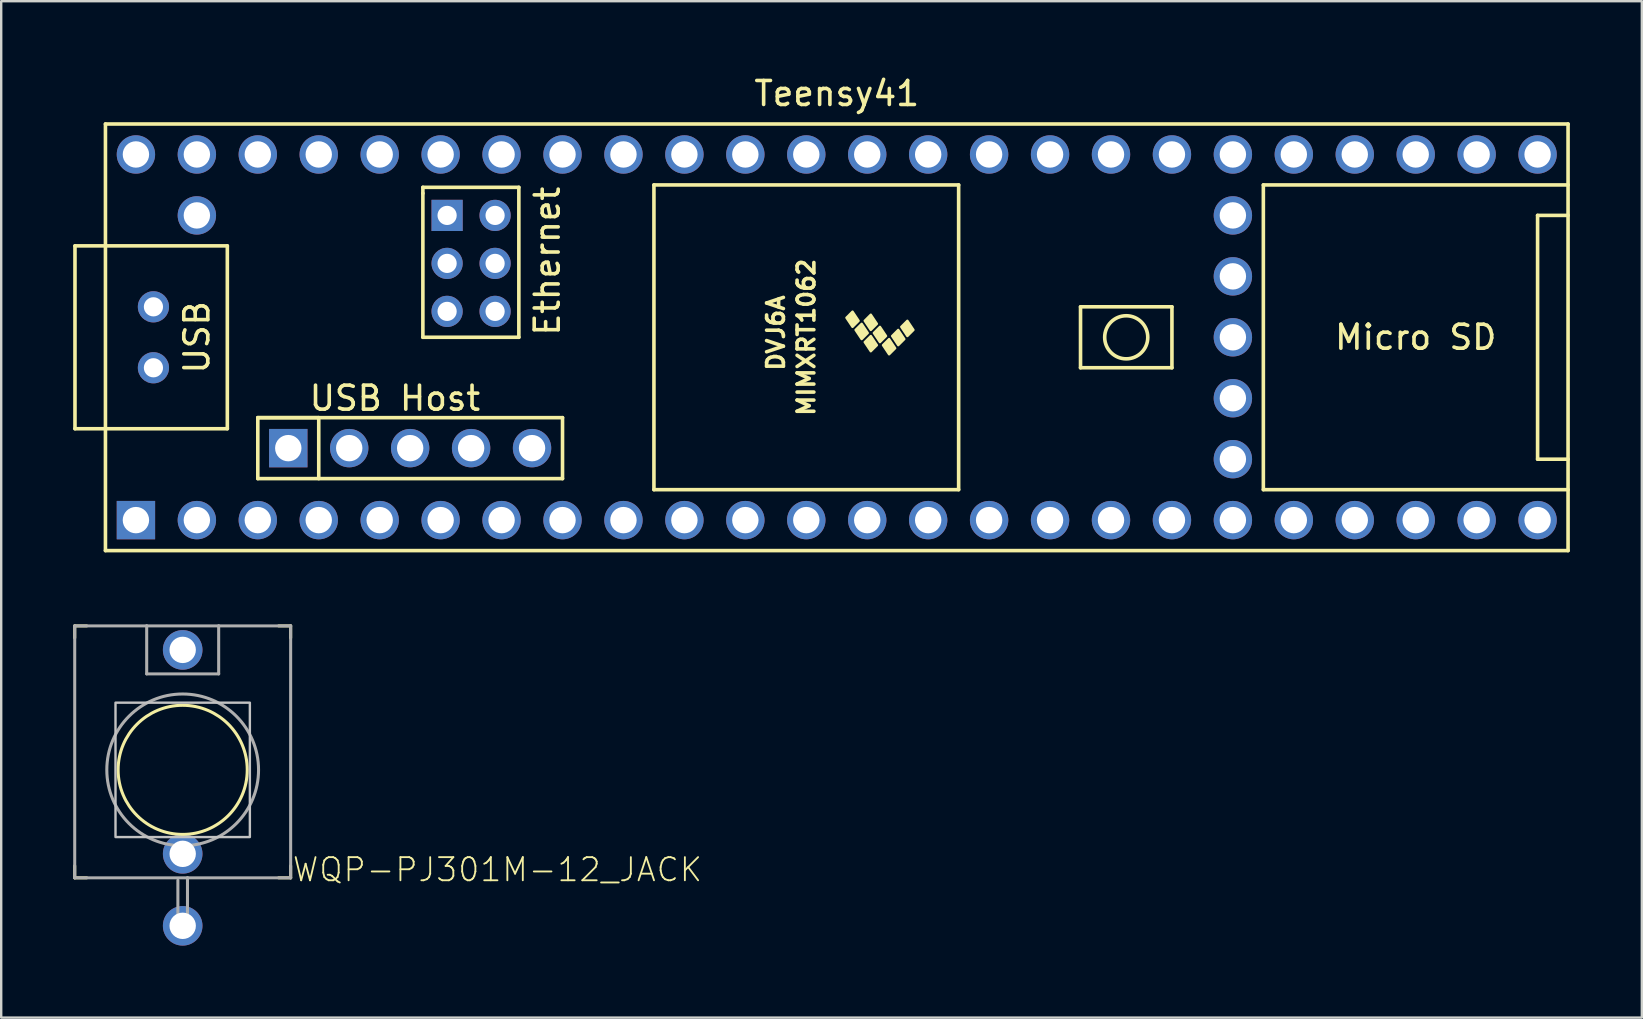
<source format=kicad_pcb>
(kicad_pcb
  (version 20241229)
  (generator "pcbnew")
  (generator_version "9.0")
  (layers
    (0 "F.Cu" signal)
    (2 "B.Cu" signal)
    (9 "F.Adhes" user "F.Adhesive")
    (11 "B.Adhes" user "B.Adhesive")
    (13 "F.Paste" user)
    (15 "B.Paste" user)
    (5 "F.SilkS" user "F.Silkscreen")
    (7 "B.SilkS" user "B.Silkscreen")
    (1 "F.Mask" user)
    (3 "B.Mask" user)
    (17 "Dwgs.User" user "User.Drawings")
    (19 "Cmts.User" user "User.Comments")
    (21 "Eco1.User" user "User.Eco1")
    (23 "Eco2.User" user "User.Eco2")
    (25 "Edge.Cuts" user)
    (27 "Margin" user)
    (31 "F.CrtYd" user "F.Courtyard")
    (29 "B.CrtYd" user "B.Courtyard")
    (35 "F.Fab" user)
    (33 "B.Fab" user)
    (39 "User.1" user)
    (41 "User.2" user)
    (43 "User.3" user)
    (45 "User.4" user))
  (footprint "Teensy41"
    (layer "F.Cu")
    (at 31.825 11.008)
    (property "Reference" "Teensy41" (at 0 -10.16 0) (layer "F.SilkS") (effects (font (size 1 1) (thickness 0.15))))
    (attr through_hole)
    (fp_line (start -31.75 -3.81) (end -30.48 -3.81) (stroke (width 0.15) (type solid)) (layer "F.SilkS"))
    (fp_line (start -31.75 3.81) (end -31.75 -3.81) (stroke (width 0.15) (type solid)) (layer "F.SilkS"))
    (fp_line (start -30.48 -8.89) (end 30.48 -8.89) (stroke (width 0.15) (type solid)) (layer "F.SilkS"))
    (fp_line (start -30.48 3.81) (end -31.75 3.81) (stroke (width 0.15) (type solid)) (layer "F.SilkS"))
    (fp_line (start -30.48 8.89) (end -30.48 -8.89) (stroke (width 0.15) (type solid)) (layer "F.SilkS"))
    (fp_line (start -25.4 -3.81) (end -30.48 -3.81) (stroke (width 0.15) (type solid)) (layer "F.SilkS"))
    (fp_line (start -25.4 3.81) (end -30.48 3.81) (stroke (width 0.15) (type solid)) (layer "F.SilkS"))
    (fp_line (start -25.4 3.81) (end -25.4 -3.81) (stroke (width 0.15) (type solid)) (layer "F.SilkS"))
    (fp_line (start -24.13 3.35) (end -21.59 3.35) (stroke (width 0.15) (type solid)) (layer "F.SilkS"))
    (fp_line (start -24.13 3.35) (end -11.43 3.35) (stroke (width 0.15) (type solid)) (layer "F.SilkS"))
    (fp_line (start -24.13 5.89) (end -24.13 3.35) (stroke (width 0.15) (type solid)) (layer "F.SilkS"))
    (fp_line (start -21.59 3.35) (end -21.59 5.89) (stroke (width 0.15) (type solid)) (layer "F.SilkS"))
    (fp_line (start -17.25 -6.25) (end -17.25 -6) (stroke (width 0.15) (type solid)) (layer "F.SilkS"))
    (fp_line (start -17.25 -6) (end -17.25 0) (stroke (width 0.15) (type solid)) (layer "F.SilkS"))
    (fp_line (start -17.25 0) (end -13.25 0) (stroke (width 0.15) (type solid)) (layer "F.SilkS"))
    (fp_line (start -13.25 -6.25) (end -17.25 -6.25) (stroke (width 0.15) (type solid)) (layer "F.SilkS"))
    (fp_line (start -13.25 0) (end -13.25 -6.25) (stroke (width 0.15) (type solid)) (layer "F.SilkS"))
    (fp_line (start -11.43 3.35) (end -11.43 5.89) (stroke (width 0.15) (type solid)) (layer "F.SilkS"))
    (fp_line (start -11.43 5.89) (end -24.13 5.89) (stroke (width 0.15) (type solid)) (layer "F.SilkS"))
    (fp_line (start -7.62 -6.35) (end -7.62 6.35) (stroke (width 0.15) (type solid)) (layer "F.SilkS"))
    (fp_line (start -7.62 6.35) (end 5.08 6.35) (stroke (width 0.15) (type solid)) (layer "F.SilkS"))
    (fp_line (start 5.08 -6.35) (end -7.62 -6.35) (stroke (width 0.15) (type solid)) (layer "F.SilkS"))
    (fp_line (start 5.08 6.35) (end 5.08 -6.35) (stroke (width 0.15) (type solid)) (layer "F.SilkS"))
    (fp_line (start 10.16 -1.27) (end 13.97 -1.27) (stroke (width 0.15) (type solid)) (layer "F.SilkS"))
    (fp_line (start 10.16 1.27) (end 10.16 -1.27) (stroke (width 0.15) (type solid)) (layer "F.SilkS"))
    (fp_line (start 13.97 -1.27) (end 13.97 1.27) (stroke (width 0.15) (type solid)) (layer "F.SilkS"))
    (fp_line (start 13.97 1.27) (end 10.16 1.27) (stroke (width 0.15) (type solid)) (layer "F.SilkS"))
    (fp_line (start 17.78 -6.35) (end 17.78 6.35) (stroke (width 0.15) (type solid)) (layer "F.SilkS"))
    (fp_line (start 17.78 6.35) (end 30.48 6.35) (stroke (width 0.15) (type solid)) (layer "F.SilkS"))
    (fp_line (start 29.21 -5.08) (end 29.21 5.08) (stroke (width 0.15) (type solid)) (layer "F.SilkS"))
    (fp_line (start 29.21 5.08) (end 30.48 5.08) (stroke (width 0.15) (type solid)) (layer "F.SilkS"))
    (fp_line (start 30.48 -8.89) (end 30.48 8.89) (stroke (width 0.15) (type solid)) (layer "F.SilkS"))
    (fp_line (start 30.48 -6.35) (end 17.78 -6.35) (stroke (width 0.15) (type solid)) (layer "F.SilkS"))
    (fp_line (start 30.48 -5.08) (end 29.21 -5.08) (stroke (width 0.15) (type solid)) (layer "F.SilkS"))
    (fp_line (start 30.48 8.89) (end -30.48 8.89) (stroke (width 0.15) (type solid)) (layer "F.SilkS"))
    (fp_circle (center 12.065 0) (end 12.7 -0.635) (stroke (width 0.15) (type solid)) (fill no) (layer "F.SilkS"))
    (fp_poly (pts (xy 0.911 -0.688) (xy 0.657 -0.434) (xy 0.403 -0.815) (xy 0.657 -1.069)) (stroke (width 0.1) (type solid)) (fill yes) (layer "F.SilkS"))
    (fp_poly (pts (xy 1.292 -0.18) (xy 1.038 0.074) (xy 0.784 -0.307) (xy 1.038 -0.561)) (stroke (width 0.1) (type solid)) (fill yes) (layer "F.SilkS"))
    (fp_poly (pts (xy 1.673 -0.561) (xy 1.419 -0.307) (xy 1.165 -0.688) (xy 1.419 -0.942)) (stroke (width 0.1) (type solid)) (fill yes) (layer "F.SilkS"))
    (fp_poly (pts (xy 1.673 0.328) (xy 1.419 0.582) (xy 1.165 0.201) (xy 1.419 -0.053)) (stroke (width 0.1) (type solid)) (fill yes) (layer "F.SilkS"))
    (fp_poly (pts (xy 2.054 -0.053) (xy 1.8 0.201) (xy 1.546 -0.18) (xy 1.8 -0.434)) (stroke (width 0.1) (type solid)) (fill yes) (layer "F.SilkS"))
    (fp_poly (pts (xy 2.435 0.455) (xy 2.181 0.709) (xy 1.927 0.328) (xy 2.181 0.074)) (stroke (width 0.1) (type solid)) (fill yes) (layer "F.SilkS"))
    (fp_poly (pts (xy 2.816 0.074) (xy 2.562 0.328) (xy 2.308 -0.053) (xy 2.562 -0.307)) (stroke (width 0.1) (type solid)) (fill yes) (layer "F.SilkS"))
    (fp_poly (pts (xy 3.197 -0.307) (xy 2.943 -0.053) (xy 2.689 -0.434) (xy 2.943 -0.688)) (stroke (width 0.1) (type solid)) (fill yes) (layer "F.SilkS"))
    (fp_text user "Ethernet" (at -12.065 -3.175 90) (layer "F.SilkS") (effects (font (size 1 1) (thickness 0.15))))
    (fp_text user "USB" (at -26.67 0 270) (layer "F.SilkS") (effects (font (size 1 1) (thickness 0.15))))
    (fp_text user "USB Host" (at -18.415 2.54 0) (layer "F.SilkS") (effects (font (size 1 1) (thickness 0.15))))
    (fp_text user "DVJ6A" (at -2.54 -0.18 270) (layer "F.SilkS") (effects (font (size 0.7 0.7) (thickness 0.15))))
    (fp_text user "Micro SD" (at 24.13 0 0) (layer "F.SilkS") (effects (font (size 1 1) (thickness 0.15))))
    (fp_text user "MIMXRT1062" (at -1.27 0 270) (layer "F.SilkS") (effects (font (size 0.7 0.7) (thickness 0.15))))
    (pad "1" thru_hole rect (at -29.21 7.62) (size 1.6 1.6) (drill 1.1) (layers "*.Cu" "*.Mask"))
    (pad "2" thru_hole circle (at -26.67 7.62) (size 1.6 1.6) (drill 1.1) (layers "*.Cu" "*.Mask"))
    (pad "3" thru_hole circle (at -24.13 7.62) (size 1.6 1.6) (drill 1.1) (layers "*.Cu" "*.Mask"))
    (pad "4" thru_hole circle (at -21.59 7.62) (size 1.6 1.6) (drill 1.1) (layers "*.Cu" "*.Mask"))
    (pad "5" thru_hole circle (at -19.05 7.62) (size 1.6 1.6) (drill 1.1) (layers "*.Cu" "*.Mask"))
    (pad "6" thru_hole circle (at -16.51 7.62) (size 1.6 1.6) (drill 1.1) (layers "*.Cu" "*.Mask"))
    (pad "7" thru_hole circle (at -13.97 7.62) (size 1.6 1.6) (drill 1.1) (layers "*.Cu" "*.Mask"))
    (pad "8" thru_hole circle (at -11.43 7.62) (size 1.6 1.6) (drill 1.1) (layers "*.Cu" "*.Mask"))
    (pad "9" thru_hole circle (at -8.89 7.62) (size 1.6 1.6) (drill 1.1) (layers "*.Cu" "*.Mask"))
    (pad "10" thru_hole circle (at -6.35 7.62) (size 1.6 1.6) (drill 1.1) (layers "*.Cu" "*.Mask"))
    (pad "11" thru_hole circle (at -3.81 7.62) (size 1.6 1.6) (drill 1.1) (layers "*.Cu" "*.Mask"))
    (pad "12" thru_hole circle (at -1.27 7.62) (size 1.6 1.6) (drill 1.1) (layers "*.Cu" "*.Mask"))
    (pad "13" thru_hole circle (at 1.27 7.62) (size 1.6 1.6) (drill 1.1) (layers "*.Cu" "*.Mask"))
    (pad "14" thru_hole circle (at 3.81 7.62) (size 1.6 1.6) (drill 1.1) (layers "*.Cu" "*.Mask"))
    (pad "15" thru_hole circle (at 6.35 7.62) (size 1.6 1.6) (drill 1.1) (layers "*.Cu" "*.Mask"))
    (pad "16" thru_hole circle (at 8.89 7.62) (size 1.6 1.6) (drill 1.1) (layers "*.Cu" "*.Mask"))
    (pad "17" thru_hole circle (at 11.43 7.62) (size 1.6 1.6) (drill 1.1) (layers "*.Cu" "*.Mask"))
    (pad "18" thru_hole circle (at 13.97 7.62) (size 1.6 1.6) (drill 1.1) (layers "*.Cu" "*.Mask"))
    (pad "19" thru_hole circle (at 16.51 7.62) (size 1.6 1.6) (drill 1.1) (layers "*.Cu" "*.Mask"))
    (pad "20" thru_hole circle (at 19.05 7.62) (size 1.6 1.6) (drill 1.1) (layers "*.Cu" "*.Mask"))
    (pad "21" thru_hole circle (at 21.59 7.62) (size 1.6 1.6) (drill 1.1) (layers "*.Cu" "*.Mask"))
    (pad "22" thru_hole circle (at 24.13 7.62) (size 1.6 1.6) (drill 1.1) (layers "*.Cu" "*.Mask"))
    (pad "23" thru_hole circle (at 26.67 7.62) (size 1.6 1.6) (drill 1.1) (layers "*.Cu" "*.Mask"))
    (pad "24" thru_hole circle (at 29.21 7.62) (size 1.6 1.6) (drill 1.1) (layers "*.Cu" "*.Mask"))
    (pad "25" thru_hole circle (at 29.21 -7.62) (size 1.6 1.6) (drill 1.1) (layers "*.Cu" "*.Mask"))
    (pad "26" thru_hole circle (at 26.67 -7.62) (size 1.6 1.6) (drill 1.1) (layers "*.Cu" "*.Mask"))
    (pad "27" thru_hole circle (at 24.13 -7.62) (size 1.6 1.6) (drill 1.1) (layers "*.Cu" "*.Mask"))
    (pad "28" thru_hole circle (at 21.59 -7.62) (size 1.6 1.6) (drill 1.1) (layers "*.Cu" "*.Mask"))
    (pad "29" thru_hole circle (at 19.05 -7.62) (size 1.6 1.6) (drill 1.1) (layers "*.Cu" "*.Mask"))
    (pad "30" thru_hole circle (at 16.51 -7.62) (size 1.6 1.6) (drill 1.1) (layers "*.Cu" "*.Mask"))
    (pad "31" thru_hole circle (at 13.97 -7.62) (size 1.6 1.6) (drill 1.1) (layers "*.Cu" "*.Mask"))
    (pad "32" thru_hole circle (at 11.43 -7.62) (size 1.6 1.6) (drill 1.1) (layers "*.Cu" "*.Mask"))
    (pad "33" thru_hole circle (at 8.89 -7.62) (size 1.6 1.6) (drill 1.1) (layers "*.Cu" "*.Mask"))
    (pad "34" thru_hole circle (at 6.35 -7.62) (size 1.6 1.6) (drill 1.1) (layers "*.Cu" "*.Mask"))
    (pad "35" thru_hole circle (at 3.81 -7.62) (size 1.6 1.6) (drill 1.1) (layers "*.Cu" "*.Mask"))
    (pad "36" thru_hole circle (at 1.27 -7.62) (size 1.6 1.6) (drill 1.1) (layers "*.Cu" "*.Mask"))
    (pad "37" thru_hole circle (at -1.27 -7.62) (size 1.6 1.6) (drill 1.1) (layers "*.Cu" "*.Mask"))
    (pad "38" thru_hole circle (at -3.81 -7.62) (size 1.6 1.6) (drill 1.1) (layers "*.Cu" "*.Mask"))
    (pad "39" thru_hole circle (at -6.35 -7.62) (size 1.6 1.6) (drill 1.1) (layers "*.Cu" "*.Mask"))
    (pad "40" thru_hole circle (at -8.89 -7.62) (size 1.6 1.6) (drill 1.1) (layers "*.Cu" "*.Mask"))
    (pad "41" thru_hole circle (at -11.43 -7.62) (size 1.6 1.6) (drill 1.1) (layers "*.Cu" "*.Mask"))
    (pad "42" thru_hole circle (at -13.97 -7.62) (size 1.6 1.6) (drill 1.1) (layers "*.Cu" "*.Mask"))
    (pad "43" thru_hole circle (at -16.51 -7.62) (size 1.6 1.6) (drill 1.1) (layers "*.Cu" "*.Mask"))
    (pad "44" thru_hole circle (at -19.05 -7.62) (size 1.6 1.6) (drill 1.1) (layers "*.Cu" "*.Mask"))
    (pad "45" thru_hole circle (at -21.59 -7.62) (size 1.6 1.6) (drill 1.1) (layers "*.Cu" "*.Mask"))
    (pad "46" thru_hole circle (at -24.13 -7.62) (size 1.6 1.6) (drill 1.1) (layers "*.Cu" "*.Mask"))
    (pad "47" thru_hole circle (at -26.67 -7.62) (size 1.6 1.6) (drill 1.1) (layers "*.Cu" "*.Mask"))
    (pad "48" thru_hole circle (at -29.21 -7.62) (size 1.6 1.6) (drill 1.1) (layers "*.Cu" "*.Mask"))
    (pad "49" thru_hole circle (at -26.67 -5.08) (size 1.6 1.6) (drill 1.1) (layers "*.Cu" "*.Mask"))
    (pad "50" thru_hole circle (at 16.51 5.08) (size 1.6 1.6) (drill 1.1) (layers "*.Cu" "*.Mask"))
    (pad "51" thru_hole circle (at 16.51 2.54) (size 1.6 1.6) (drill 1.1) (layers "*.Cu" "*.Mask"))
    (pad "52" thru_hole circle (at 16.51 0) (size 1.6 1.6) (drill 1.1) (layers "*.Cu" "*.Mask"))
    (pad "53" thru_hole circle (at 16.51 -2.54) (size 1.6 1.6) (drill 1.1) (layers "*.Cu" "*.Mask"))
    (pad "54" thru_hole circle (at 16.51 -5.08) (size 1.6 1.6) (drill 1.1) (layers "*.Cu" "*.Mask"))
    (pad "55" thru_hole rect (at -22.86 4.62) (size 1.6 1.6) (drill 1.1) (layers "*.Cu" "*.Mask"))
    (pad "56" thru_hole circle (at -20.32 4.62) (size 1.6 1.6) (drill 1.1) (layers "*.Cu" "*.Mask"))
    (pad "57" thru_hole circle (at -17.78 4.62) (size 1.6 1.6) (drill 1.1) (layers "*.Cu" "*.Mask"))
    (pad "58" thru_hole circle (at -15.24 4.62) (size 1.6 1.6) (drill 1.1) (layers "*.Cu" "*.Mask"))
    (pad "59" thru_hole circle (at -12.7 4.62) (size 1.6 1.6) (drill 1.1) (layers "*.Cu" "*.Mask"))
    (pad "60" thru_hole rect (at -16.24 -5.08) (size 1.3 1.3) (drill 0.8) (layers "*.Cu" "*.Mask"))
    (pad "61" thru_hole circle (at -16.24 -3.08) (size 1.3 1.3) (drill 0.8) (layers "*.Cu" "*.Mask"))
    (pad "62" thru_hole circle (at -16.24 -1.08) (size 1.3 1.3) (drill 0.8) (layers "*.Cu" "*.Mask"))
    (pad "63" thru_hole circle (at -14.24 -1.08) (size 1.3 1.3) (drill 0.8) (layers "*.Cu" "*.Mask"))
    (pad "64" thru_hole circle (at -14.24 -3.08) (size 1.3 1.3) (drill 0.8) (layers "*.Cu" "*.Mask"))
    (pad "65" thru_hole circle (at -14.24 -5.08) (size 1.3 1.3) (drill 0.8) (layers "*.Cu" "*.Mask"))
    (pad "66" thru_hole circle (at -28.48 1.27) (size 1.3 1.3) (drill 0.8) (layers "*.Cu" "*.Mask"))
    (pad "67" thru_hole circle (at -28.48 -1.27) (size 1.3 1.3) (drill 0.8) (layers "*.Cu" "*.Mask")))
  (footprint "WQP-PJ301M-12_JACK"
    (layer "F.Cu")
    (at 4.564 29.037)
    (property "Reference" "WQP-PJ301M-12_JACK" (at 4.521 4.724 180) (layer "F.SilkS") (effects (font (size 0.965 0.965) (thickness 0.077)) (justify left bottom)))
    (attr through_hole)
    (fp_line (start -4.5 -6) (end -4 -6) (stroke (width 0.127) (type solid)) (layer "F.SilkS"))
    (fp_line (start -4.5 -5.5) (end -4.5 -6) (stroke (width 0.127) (type solid)) (layer "F.SilkS"))
    (fp_line (start -4.5 4) (end -4.5 4.5) (stroke (width 0.127) (type solid)) (layer "F.SilkS"))
    (fp_line (start -4.5 4.5) (end -4 4.5) (stroke (width 0.127) (type solid)) (layer "F.SilkS"))
    (fp_line (start 4 -6) (end 4.5 -6) (stroke (width 0.127) (type solid)) (layer "F.SilkS"))
    (fp_line (start 4.5 -6) (end 4.5 -5.5) (stroke (width 0.127) (type solid)) (layer "F.SilkS"))
    (fp_line (start 4.5 4) (end 4.5 4.5) (stroke (width 0.127) (type solid)) (layer "F.SilkS"))
    (fp_line (start 4.5 4.5) (end 4 4.5) (stroke (width 0.127) (type solid)) (layer "F.SilkS"))
    (fp_circle (center 0 0) (end 2.691 0) (stroke (width 0.127) (type solid)) (fill no) (layer "F.SilkS"))
    (fp_poly (pts (xy -2.8 2.8) (xy 2.8 2.8) (xy 2.8 -2.8) (xy -2.8 -2.8)) (stroke (width 0.1) (type solid)) (fill no) (layer "Dwgs.User"))
    (fp_line (start -4.5 -6) (end -4.5 4.5) (stroke (width 0.127) (type solid)) (layer "F.Fab"))
    (fp_line (start -4.5 -6) (end -1.5 -6) (stroke (width 0.127) (type solid)) (layer "F.Fab"))
    (fp_line (start -4.5 4.5) (end 0.2 4.5) (stroke (width 0.127) (type solid)) (layer "F.Fab"))
    (fp_line (start -1.5 -6) (end -1.5 -4) (stroke (width 0.127) (type solid)) (layer "F.Fab"))
    (fp_line (start -1.5 -6) (end 1.5 -6) (stroke (width 0.127) (type solid)) (layer "F.Fab"))
    (fp_line (start -1.5 -4) (end 1.5 -4) (stroke (width 0.127) (type solid)) (layer "F.Fab"))
    (fp_line (start -0.2 4.6) (end -0.2 6.7) (stroke (width 0.127) (type solid)) (layer "F.Fab"))
    (fp_line (start -0.2 6.7) (end 0.2 6.7) (stroke (width 0.127) (type solid)) (layer "F.Fab"))
    (fp_line (start 0.2 4.5) (end 4.5 4.5) (stroke (width 0.127) (type solid)) (layer "F.Fab"))
    (fp_line (start 0.2 6.7) (end 0.2 4.5) (stroke (width 0.127) (type solid)) (layer "F.Fab"))
    (fp_line (start 1.5 -6) (end 4.5 -6) (stroke (width 0.127) (type solid)) (layer "F.Fab"))
    (fp_line (start 1.5 -4) (end 1.5 -6) (stroke (width 0.127) (type solid)) (layer "F.Fab"))
    (fp_line (start 4.5 4.5) (end 4.5 -6) (stroke (width 0.127) (type solid)) (layer "F.Fab"))
    (fp_circle (center 0 0) (end 3.162 0) (stroke (width 0.127) (type solid)) (fill no) (layer "F.Fab"))
    (pad "S" thru_hole circle (at 0 6.5) (size 1.65 1.65) (drill 1.1) (layers "*.Cu" "*.Mask"))
    (pad "T" thru_hole circle (at 0 -5) (size 1.65 1.65) (drill 1.1) (layers "*.Cu" "*.Mask"))
    (pad "TN" thru_hole circle (at 0 3.5) (size 1.65 1.65) (drill 1.1) (layers "*.Cu" "*.Mask")))
  (gr_rect
    (start -3 -3)
    (end 65.38 39.362)
    (stroke (width 0.1) (type default))
    (fill no)
    (layer "Edge.Cuts")))
</source>
